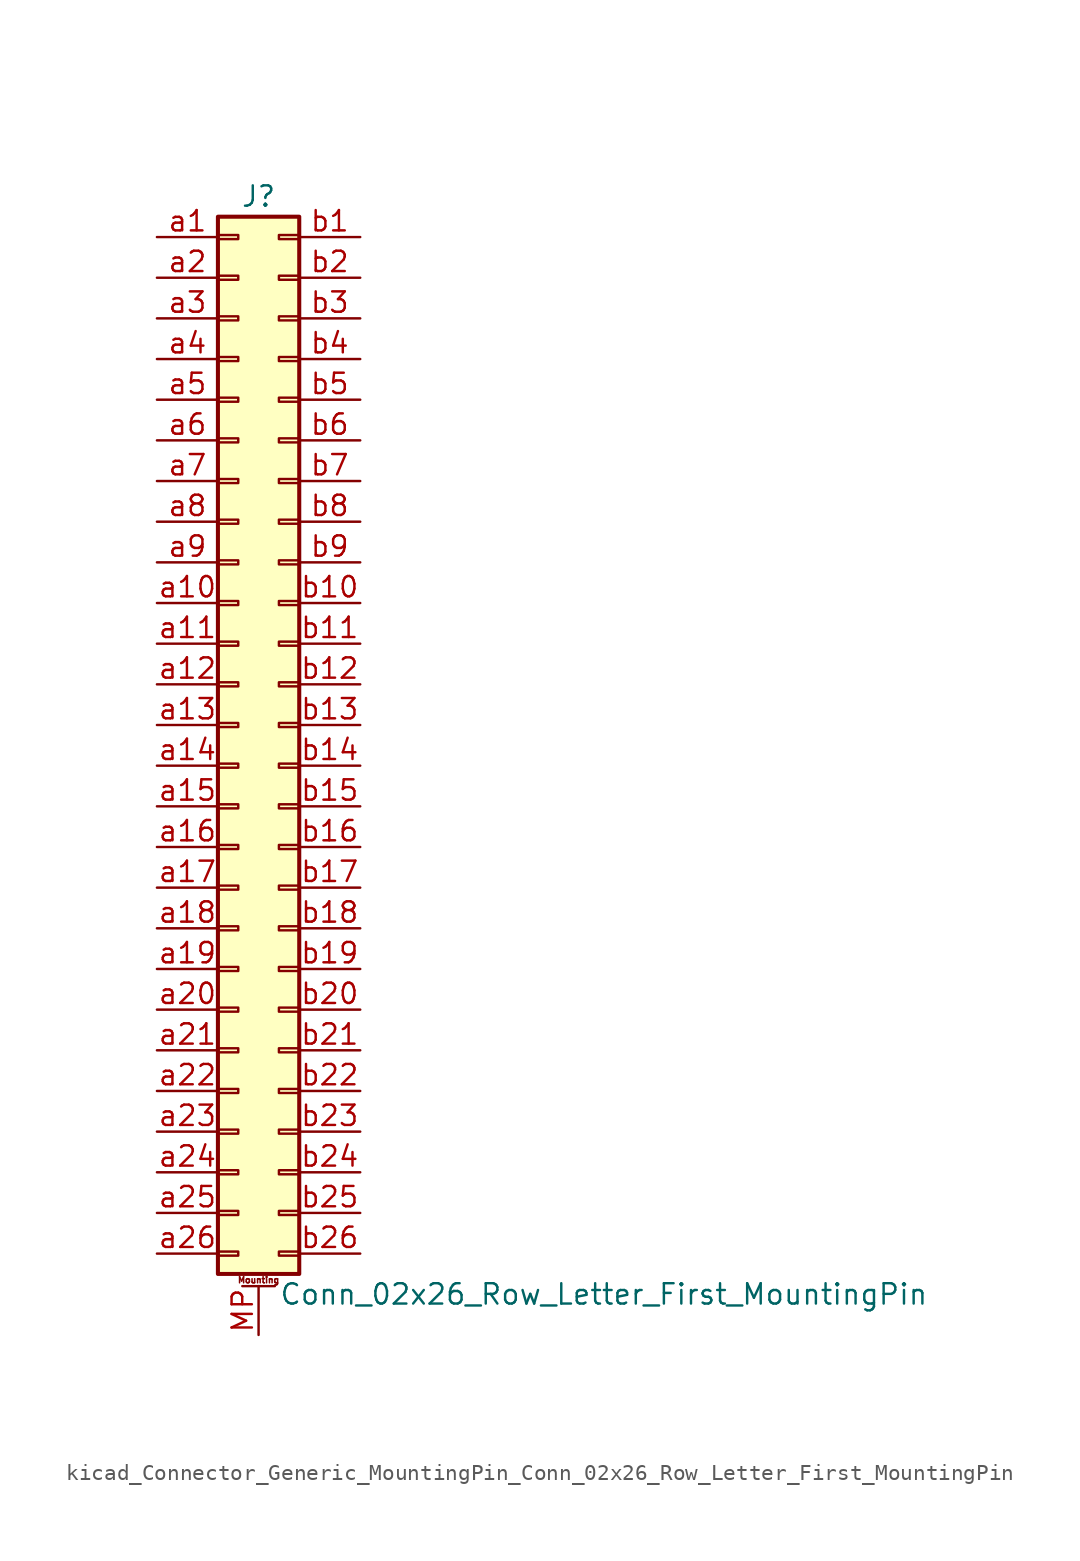
<source format=kicad_sym>
(kicad_symbol_lib
  (version 20220914)
  (generator kicad_symbol_editor)
  (symbol "kicad_Connector_Generic_MountingPin_Conn_02x26_Row_Letter_First_MountingPin"
    (pin_names
      (offset 1.016) hide)
    (property "Reference" "J"
      (at 1.27 33.02 0)
      (effects (font (size 1.27 1.27))))
    (property "Value" "Conn_02x26_Row_Letter_First_MountingPin"
      (at 2.54 -35.56 0)
      (effects (font (size 1.27 1.27)) (justify left)))
    (symbol "kicad_Connector_Generic_MountingPin_Conn_02x26_Row_Letter_First_MountingPin_1_1"
      (rectangle (start -1.27 -32.893) (end 0 -33.147) (stroke (width 0.152) (type default)) (fill (type none)))
      (rectangle (start -1.27 -30.353) (end 0 -30.607) (stroke (width 0.152) (type default)) (fill (type none)))
      (rectangle (start -1.27 -27.813) (end 0 -28.067) (stroke (width 0.152) (type default)) (fill (type none)))
      (rectangle (start -1.27 -25.273) (end 0 -25.527) (stroke (width 0.152) (type default)) (fill (type none)))
      (rectangle (start -1.27 -22.733) (end 0 -22.987) (stroke (width 0.152) (type default)) (fill (type none)))
      (rectangle (start -1.27 -20.193) (end 0 -20.447) (stroke (width 0.152) (type default)) (fill (type none)))
      (rectangle (start -1.27 -17.653) (end 0 -17.907) (stroke (width 0.152) (type default)) (fill (type none)))
      (rectangle (start -1.27 -15.113) (end 0 -15.367) (stroke (width 0.152) (type default)) (fill (type none)))
      (rectangle (start -1.27 -12.573) (end 0 -12.827) (stroke (width 0.152) (type default)) (fill (type none)))
      (rectangle (start -1.27 -10.033) (end 0 -10.287) (stroke (width 0.152) (type default)) (fill (type none)))
      (rectangle (start -1.27 -7.493) (end 0 -7.747) (stroke (width 0.152) (type default)) (fill (type none)))
      (rectangle (start -1.27 -4.953) (end 0 -5.207) (stroke (width 0.152) (type default)) (fill (type none)))
      (rectangle (start -1.27 -2.413) (end 0 -2.667) (stroke (width 0.152) (type default)) (fill (type none)))
      (rectangle (start -1.27 0.127) (end 0 -0.127) (stroke (width 0.152) (type default)) (fill (type none)))
      (rectangle (start -1.27 2.667) (end 0 2.413) (stroke (width 0.152) (type default)) (fill (type none)))
      (rectangle (start -1.27 5.207) (end 0 4.953) (stroke (width 0.152) (type default)) (fill (type none)))
      (rectangle (start -1.27 7.747) (end 0 7.493) (stroke (width 0.152) (type default)) (fill (type none)))
      (rectangle (start -1.27 10.287) (end 0 10.033) (stroke (width 0.152) (type default)) (fill (type none)))
      (rectangle (start -1.27 12.827) (end 0 12.573) (stroke (width 0.152) (type default)) (fill (type none)))
      (rectangle (start -1.27 15.367) (end 0 15.113) (stroke (width 0.152) (type default)) (fill (type none)))
      (rectangle (start -1.27 17.907) (end 0 17.653) (stroke (width 0.152) (type default)) (fill (type none)))
      (rectangle (start -1.27 20.447) (end 0 20.193) (stroke (width 0.152) (type default)) (fill (type none)))
      (rectangle (start -1.27 22.987) (end 0 22.733) (stroke (width 0.152) (type default)) (fill (type none)))
      (rectangle (start -1.27 25.527) (end 0 25.273) (stroke (width 0.152) (type default)) (fill (type none)))
      (rectangle (start -1.27 28.067) (end 0 27.813) (stroke (width 0.152) (type default)) (fill (type none)))
      (rectangle (start -1.27 30.607) (end 0 30.353) (stroke (width 0.152) (type default)) (fill (type none)))
      (rectangle (start -1.27 31.75) (end 3.81 -34.29) (stroke (width 0.254) (type default)) (fill (type background)))
      (polyline (pts (xy 0.254 -35.052) (xy 2.286 -35.052)) (stroke (width 0.152) (type default)) (fill (type none)))
      (rectangle (start 3.81 -32.893) (end 2.54 -33.147) (stroke (width 0.152) (type default)) (fill (type none)))
      (rectangle (start 3.81 -30.353) (end 2.54 -30.607) (stroke (width 0.152) (type default)) (fill (type none)))
      (rectangle (start 3.81 -27.813) (end 2.54 -28.067) (stroke (width 0.152) (type default)) (fill (type none)))
      (rectangle (start 3.81 -25.273) (end 2.54 -25.527) (stroke (width 0.152) (type default)) (fill (type none)))
      (rectangle (start 3.81 -22.733) (end 2.54 -22.987) (stroke (width 0.152) (type default)) (fill (type none)))
      (rectangle (start 3.81 -20.193) (end 2.54 -20.447) (stroke (width 0.152) (type default)) (fill (type none)))
      (rectangle (start 3.81 -17.653) (end 2.54 -17.907) (stroke (width 0.152) (type default)) (fill (type none)))
      (rectangle (start 3.81 -15.113) (end 2.54 -15.367) (stroke (width 0.152) (type default)) (fill (type none)))
      (rectangle (start 3.81 -12.573) (end 2.54 -12.827) (stroke (width 0.152) (type default)) (fill (type none)))
      (rectangle (start 3.81 -10.033) (end 2.54 -10.287) (stroke (width 0.152) (type default)) (fill (type none)))
      (rectangle (start 3.81 -7.493) (end 2.54 -7.747) (stroke (width 0.152) (type default)) (fill (type none)))
      (rectangle (start 3.81 -4.953) (end 2.54 -5.207) (stroke (width 0.152) (type default)) (fill (type none)))
      (rectangle (start 3.81 -2.413) (end 2.54 -2.667) (stroke (width 0.152) (type default)) (fill (type none)))
      (rectangle (start 3.81 0.127) (end 2.54 -0.127) (stroke (width 0.152) (type default)) (fill (type none)))
      (rectangle (start 3.81 2.667) (end 2.54 2.413) (stroke (width 0.152) (type default)) (fill (type none)))
      (rectangle (start 3.81 5.207) (end 2.54 4.953) (stroke (width 0.152) (type default)) (fill (type none)))
      (rectangle (start 3.81 7.747) (end 2.54 7.493) (stroke (width 0.152) (type default)) (fill (type none)))
      (rectangle (start 3.81 10.287) (end 2.54 10.033) (stroke (width 0.152) (type default)) (fill (type none)))
      (rectangle (start 3.81 12.827) (end 2.54 12.573) (stroke (width 0.152) (type default)) (fill (type none)))
      (rectangle (start 3.81 15.367) (end 2.54 15.113) (stroke (width 0.152) (type default)) (fill (type none)))
      (rectangle (start 3.81 17.907) (end 2.54 17.653) (stroke (width 0.152) (type default)) (fill (type none)))
      (rectangle (start 3.81 20.447) (end 2.54 20.193) (stroke (width 0.152) (type default)) (fill (type none)))
      (rectangle (start 3.81 22.987) (end 2.54 22.733) (stroke (width 0.152) (type default)) (fill (type none)))
      (rectangle (start 3.81 25.527) (end 2.54 25.273) (stroke (width 0.152) (type default)) (fill (type none)))
      (rectangle (start 3.81 28.067) (end 2.54 27.813) (stroke (width 0.152) (type default)) (fill (type none)))
      (rectangle (start 3.81 30.607) (end 2.54 30.353) (stroke (width 0.152) (type default)) (fill (type none)))
      (text "Mounting" (at 1.27 -34.671 0) (effects (font (size 0.381 0.381))))
      (pin passive line (at 1.27 -38.1 90) (length 3.048) (name "MountPin" (effects (font (size 1.27 1.27)))) (number "MP" (effects (font (size 1.27 1.27)))))
      (pin passive line (at -5.08 30.48 0) (length 3.81) (name "Pin_a1" (effects (font (size 1.27 1.27)))) (number "a1" (effects (font (size 1.27 1.27)))))
      (pin passive line (at -5.08 7.62 0) (length 3.81) (name "Pin_a10" (effects (font (size 1.27 1.27)))) (number "a10" (effects (font (size 1.27 1.27)))))
      (pin passive line (at -5.08 5.08 0) (length 3.81) (name "Pin_a11" (effects (font (size 1.27 1.27)))) (number "a11" (effects (font (size 1.27 1.27)))))
      (pin passive line (at -5.08 2.54 0) (length 3.81) (name "Pin_a12" (effects (font (size 1.27 1.27)))) (number "a12" (effects (font (size 1.27 1.27)))))
      (pin passive line (at -5.08 0 0) (length 3.81) (name "Pin_a13" (effects (font (size 1.27 1.27)))) (number "a13" (effects (font (size 1.27 1.27)))))
      (pin passive line (at -5.08 -2.54 0) (length 3.81) (name "Pin_a14" (effects (font (size 1.27 1.27)))) (number "a14" (effects (font (size 1.27 1.27)))))
      (pin passive line (at -5.08 -5.08 0) (length 3.81) (name "Pin_a15" (effects (font (size 1.27 1.27)))) (number "a15" (effects (font (size 1.27 1.27)))))
      (pin passive line (at -5.08 -7.62 0) (length 3.81) (name "Pin_a16" (effects (font (size 1.27 1.27)))) (number "a16" (effects (font (size 1.27 1.27)))))
      (pin passive line (at -5.08 -10.16 0) (length 3.81) (name "Pin_a17" (effects (font (size 1.27 1.27)))) (number "a17" (effects (font (size 1.27 1.27)))))
      (pin passive line (at -5.08 -12.7 0) (length 3.81) (name "Pin_a18" (effects (font (size 1.27 1.27)))) (number "a18" (effects (font (size 1.27 1.27)))))
      (pin passive line (at -5.08 -15.24 0) (length 3.81) (name "Pin_a19" (effects (font (size 1.27 1.27)))) (number "a19" (effects (font (size 1.27 1.27)))))
      (pin passive line (at -5.08 27.94 0) (length 3.81) (name "Pin_a2" (effects (font (size 1.27 1.27)))) (number "a2" (effects (font (size 1.27 1.27)))))
      (pin passive line (at -5.08 -17.78 0) (length 3.81) (name "Pin_a20" (effects (font (size 1.27 1.27)))) (number "a20" (effects (font (size 1.27 1.27)))))
      (pin passive line (at -5.08 -20.32 0) (length 3.81) (name "Pin_a21" (effects (font (size 1.27 1.27)))) (number "a21" (effects (font (size 1.27 1.27)))))
      (pin passive line (at -5.08 -22.86 0) (length 3.81) (name "Pin_a22" (effects (font (size 1.27 1.27)))) (number "a22" (effects (font (size 1.27 1.27)))))
      (pin passive line (at -5.08 -25.4 0) (length 3.81) (name "Pin_a23" (effects (font (size 1.27 1.27)))) (number "a23" (effects (font (size 1.27 1.27)))))
      (pin passive line (at -5.08 -27.94 0) (length 3.81) (name "Pin_a24" (effects (font (size 1.27 1.27)))) (number "a24" (effects (font (size 1.27 1.27)))))
      (pin passive line (at -5.08 -30.48 0) (length 3.81) (name "Pin_a25" (effects (font (size 1.27 1.27)))) (number "a25" (effects (font (size 1.27 1.27)))))
      (pin passive line (at -5.08 -33.02 0) (length 3.81) (name "Pin_a26" (effects (font (size 1.27 1.27)))) (number "a26" (effects (font (size 1.27 1.27)))))
      (pin passive line (at -5.08 25.4 0) (length 3.81) (name "Pin_a3" (effects (font (size 1.27 1.27)))) (number "a3" (effects (font (size 1.27 1.27)))))
      (pin passive line (at -5.08 22.86 0) (length 3.81) (name "Pin_a4" (effects (font (size 1.27 1.27)))) (number "a4" (effects (font (size 1.27 1.27)))))
      (pin passive line (at -5.08 20.32 0) (length 3.81) (name "Pin_a5" (effects (font (size 1.27 1.27)))) (number "a5" (effects (font (size 1.27 1.27)))))
      (pin passive line (at -5.08 17.78 0) (length 3.81) (name "Pin_a6" (effects (font (size 1.27 1.27)))) (number "a6" (effects (font (size 1.27 1.27)))))
      (pin passive line (at -5.08 15.24 0) (length 3.81) (name "Pin_a7" (effects (font (size 1.27 1.27)))) (number "a7" (effects (font (size 1.27 1.27)))))
      (pin passive line (at -5.08 12.7 0) (length 3.81) (name "Pin_a8" (effects (font (size 1.27 1.27)))) (number "a8" (effects (font (size 1.27 1.27)))))
      (pin passive line (at -5.08 10.16 0) (length 3.81) (name "Pin_a9" (effects (font (size 1.27 1.27)))) (number "a9" (effects (font (size 1.27 1.27)))))
      (pin passive line (at 7.62 30.48 180) (length 3.81) (name "Pin_b1" (effects (font (size 1.27 1.27)))) (number "b1" (effects (font (size 1.27 1.27)))))
      (pin passive line (at 7.62 7.62 180) (length 3.81) (name "Pin_b10" (effects (font (size 1.27 1.27)))) (number "b10" (effects (font (size 1.27 1.27)))))
      (pin passive line (at 7.62 5.08 180) (length 3.81) (name "Pin_b11" (effects (font (size 1.27 1.27)))) (number "b11" (effects (font (size 1.27 1.27)))))
      (pin passive line (at 7.62 2.54 180) (length 3.81) (name "Pin_b12" (effects (font (size 1.27 1.27)))) (number "b12" (effects (font (size 1.27 1.27)))))
      (pin passive line (at 7.62 0 180) (length 3.81) (name "Pin_b13" (effects (font (size 1.27 1.27)))) (number "b13" (effects (font (size 1.27 1.27)))))
      (pin passive line (at 7.62 -2.54 180) (length 3.81) (name "Pin_b14" (effects (font (size 1.27 1.27)))) (number "b14" (effects (font (size 1.27 1.27)))))
      (pin passive line (at 7.62 -5.08 180) (length 3.81) (name "Pin_b15" (effects (font (size 1.27 1.27)))) (number "b15" (effects (font (size 1.27 1.27)))))
      (pin passive line (at 7.62 -7.62 180) (length 3.81) (name "Pin_b16" (effects (font (size 1.27 1.27)))) (number "b16" (effects (font (size 1.27 1.27)))))
      (pin passive line (at 7.62 -10.16 180) (length 3.81) (name "Pin_b17" (effects (font (size 1.27 1.27)))) (number "b17" (effects (font (size 1.27 1.27)))))
      (pin passive line (at 7.62 -12.7 180) (length 3.81) (name "Pin_b18" (effects (font (size 1.27 1.27)))) (number "b18" (effects (font (size 1.27 1.27)))))
      (pin passive line (at 7.62 -15.24 180) (length 3.81) (name "Pin_b19" (effects (font (size 1.27 1.27)))) (number "b19" (effects (font (size 1.27 1.27)))))
      (pin passive line (at 7.62 27.94 180) (length 3.81) (name "Pin_b2" (effects (font (size 1.27 1.27)))) (number "b2" (effects (font (size 1.27 1.27)))))
      (pin passive line (at 7.62 -17.78 180) (length 3.81) (name "Pin_b20" (effects (font (size 1.27 1.27)))) (number "b20" (effects (font (size 1.27 1.27)))))
      (pin passive line (at 7.62 -20.32 180) (length 3.81) (name "Pin_b21" (effects (font (size 1.27 1.27)))) (number "b21" (effects (font (size 1.27 1.27)))))
      (pin passive line (at 7.62 -22.86 180) (length 3.81) (name "Pin_b22" (effects (font (size 1.27 1.27)))) (number "b22" (effects (font (size 1.27 1.27)))))
      (pin passive line (at 7.62 -25.4 180) (length 3.81) (name "Pin_b23" (effects (font (size 1.27 1.27)))) (number "b23" (effects (font (size 1.27 1.27)))))
      (pin passive line (at 7.62 -27.94 180) (length 3.81) (name "Pin_b24" (effects (font (size 1.27 1.27)))) (number "b24" (effects (font (size 1.27 1.27)))))
      (pin passive line (at 7.62 -30.48 180) (length 3.81) (name "Pin_b25" (effects (font (size 1.27 1.27)))) (number "b25" (effects (font (size 1.27 1.27)))))
      (pin passive line (at 7.62 -33.02 180) (length 3.81) (name "Pin_b26" (effects (font (size 1.27 1.27)))) (number "b26" (effects (font (size 1.27 1.27)))))
      (pin passive line (at 7.62 25.4 180) (length 3.81) (name "Pin_b3" (effects (font (size 1.27 1.27)))) (number "b3" (effects (font (size 1.27 1.27)))))
      (pin passive line (at 7.62 22.86 180) (length 3.81) (name "Pin_b4" (effects (font (size 1.27 1.27)))) (number "b4" (effects (font (size 1.27 1.27)))))
      (pin passive line (at 7.62 20.32 180) (length 3.81) (name "Pin_b5" (effects (font (size 1.27 1.27)))) (number "b5" (effects (font (size 1.27 1.27)))))
      (pin passive line (at 7.62 17.78 180) (length 3.81) (name "Pin_b6" (effects (font (size 1.27 1.27)))) (number "b6" (effects (font (size 1.27 1.27)))))
      (pin passive line (at 7.62 15.24 180) (length 3.81) (name "Pin_b7" (effects (font (size 1.27 1.27)))) (number "b7" (effects (font (size 1.27 1.27)))))
      (pin passive line (at 7.62 12.7 180) (length 3.81) (name "Pin_b8" (effects (font (size 1.27 1.27)))) (number "b8" (effects (font (size 1.27 1.27)))))
      (pin passive line (at 7.62 10.16 180) (length 3.81) (name "Pin_b9" (effects (font (size 1.27 1.27)))) (number "b9" (effects (font (size 1.27 1.27))))))))
</source>
